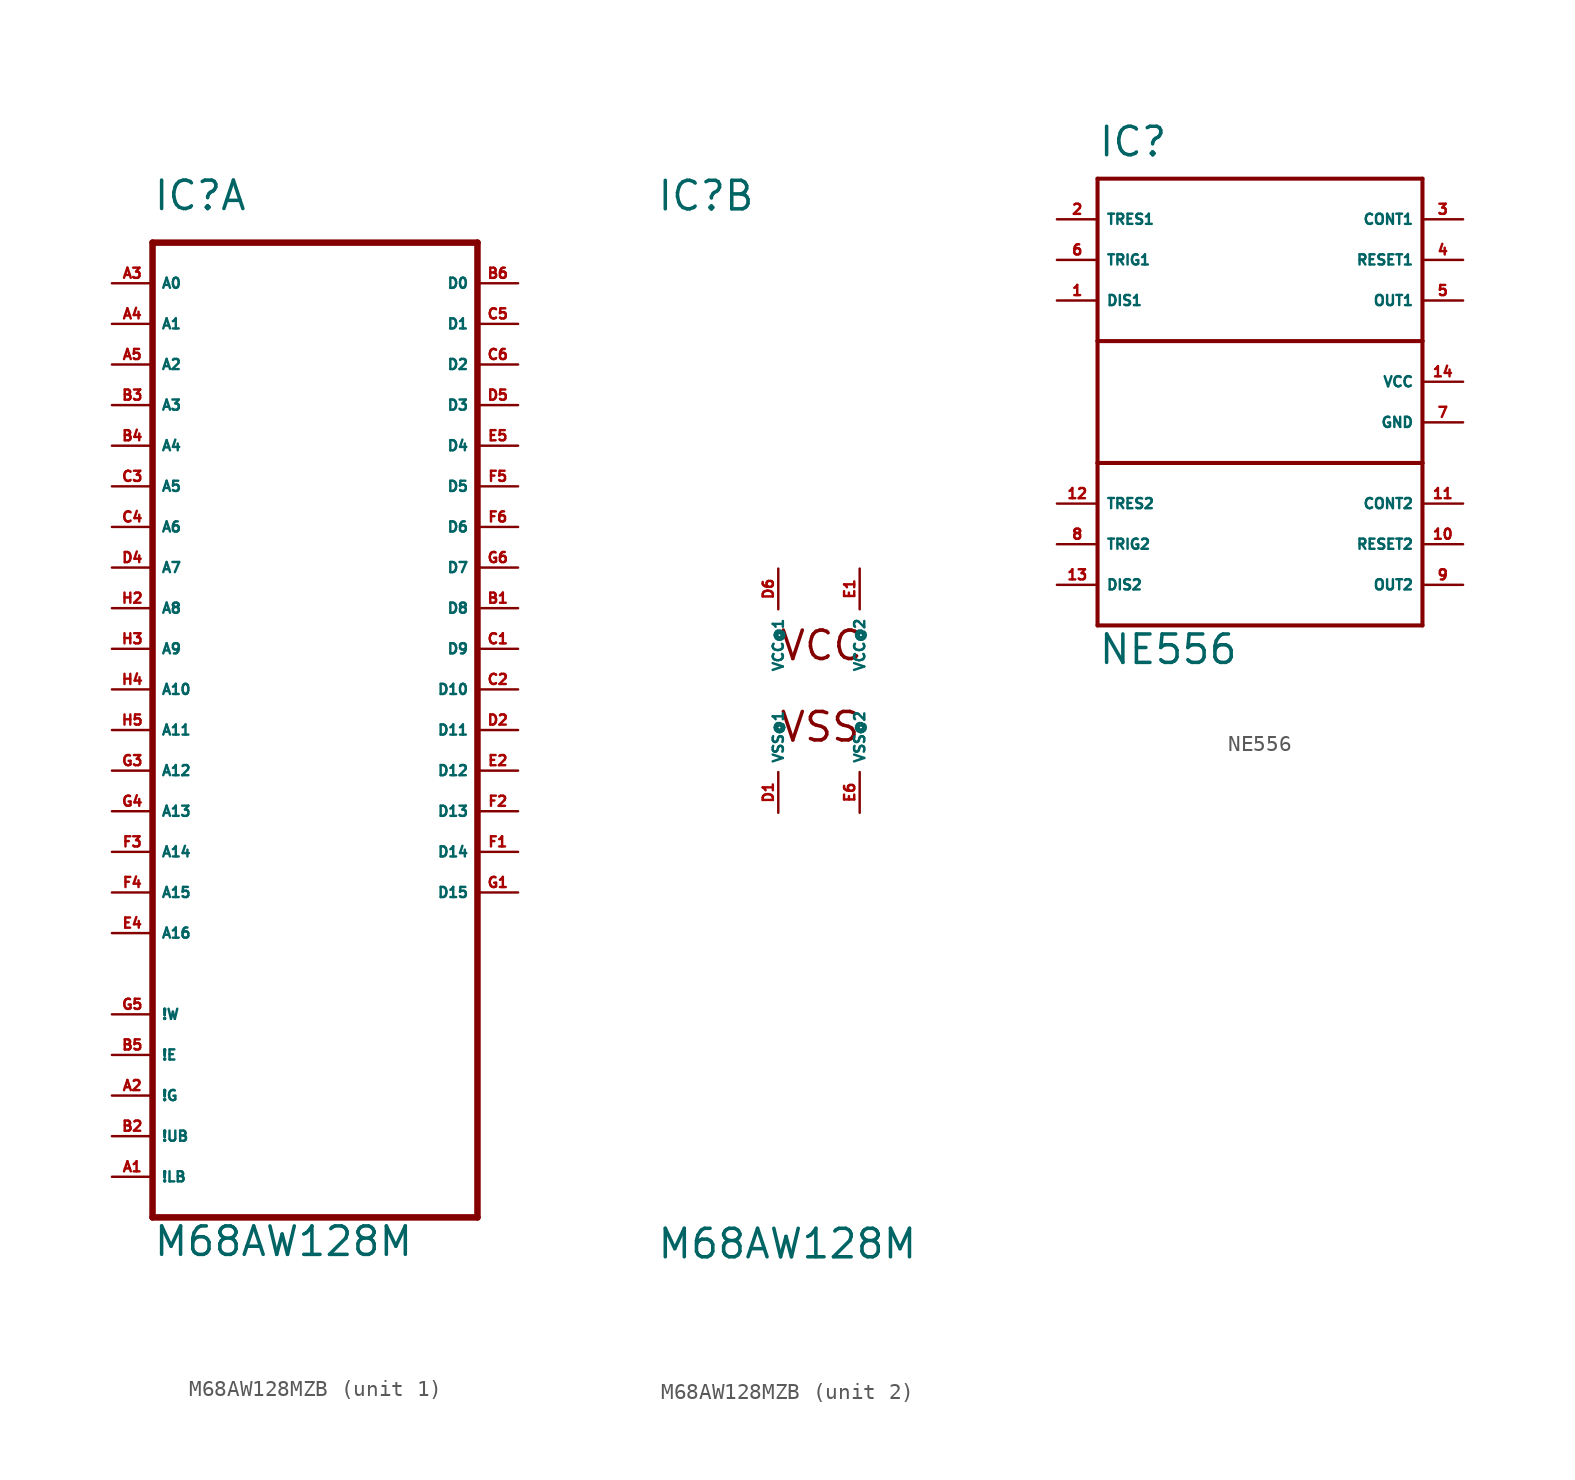
<source format=kicad_sym>
(kicad_symbol_lib
  (version 20220914)
  (generator Eagle2Kicad)
  (symbol "M68AW128MZB"
    (property "Reference" "IC"
      (at -10.16 29.845 0)
      (effects (font (size 1.778 1.778) (thickness 0.22)) (justify left bottom)))
    (property "Value" "M68AW128M"
      (at -10.16 -35.56 0)
      (effects (font (size 1.778 1.778) (thickness 0.22)) (justify left bottom)))
    (symbol "M68AW128MZB_1_0"
      (polyline (pts (xy -10.16 -33.02) (xy 10.16 -33.02)) (stroke (width 0.406) (type default)) (fill (type none)))
      (polyline (pts (xy 10.16 -33.02) (xy 10.16 27.94)) (stroke (width 0.406) (type default)) (fill (type none)))
      (polyline (pts (xy 10.16 27.94) (xy -10.16 27.94)) (stroke (width 0.406) (type default)) (fill (type none)))
      (polyline (pts (xy -10.16 27.94) (xy -10.16 -33.02)) (stroke (width 0.406) (type default)) (fill (type none)))
      (pin input line (at -12.7 -30.48 0) (length 2.54) (name "!LB" (effects (font (size 0.635 0.635) (thickness 0.08)) (justify left bottom))) (number "A1" (effects (font (size 0.635 0.635) (thickness 0.08)) (justify left bottom))))
      (pin input line (at -12.7 -5.08 0) (length 2.54) (name "A12" (effects (font (size 0.635 0.635) (thickness 0.08)) (justify left bottom))) (number "G3" (effects (font (size 0.635 0.635) (thickness 0.08)) (justify left bottom))))
      (pin input line (at -12.7 7.62 0) (length 2.54) (name "A7" (effects (font (size 0.635 0.635) (thickness 0.08)) (justify left bottom))) (number "D4" (effects (font (size 0.635 0.635) (thickness 0.08)) (justify left bottom))))
      (pin input line (at -12.7 10.16 0) (length 2.54) (name "A6" (effects (font (size 0.635 0.635) (thickness 0.08)) (justify left bottom))) (number "C4" (effects (font (size 0.635 0.635) (thickness 0.08)) (justify left bottom))))
      (pin input line (at -12.7 12.7 0) (length 2.54) (name "A5" (effects (font (size 0.635 0.635) (thickness 0.08)) (justify left bottom))) (number "C3" (effects (font (size 0.635 0.635) (thickness 0.08)) (justify left bottom))))
      (pin input line (at -12.7 15.24 0) (length 2.54) (name "A4" (effects (font (size 0.635 0.635) (thickness 0.08)) (justify left bottom))) (number "B4" (effects (font (size 0.635 0.635) (thickness 0.08)) (justify left bottom))))
      (pin input line (at -12.7 17.78 0) (length 2.54) (name "A3" (effects (font (size 0.635 0.635) (thickness 0.08)) (justify left bottom))) (number "B3" (effects (font (size 0.635 0.635) (thickness 0.08)) (justify left bottom))))
      (pin input line (at -12.7 20.32 0) (length 2.54) (name "A2" (effects (font (size 0.635 0.635) (thickness 0.08)) (justify left bottom))) (number "A5" (effects (font (size 0.635 0.635) (thickness 0.08)) (justify left bottom))))
      (pin input line (at -12.7 22.86 0) (length 2.54) (name "A1" (effects (font (size 0.635 0.635) (thickness 0.08)) (justify left bottom))) (number "A4" (effects (font (size 0.635 0.635) (thickness 0.08)) (justify left bottom))))
      (pin input line (at -12.7 25.4 0) (length 2.54) (name "A0" (effects (font (size 0.635 0.635) (thickness 0.08)) (justify left bottom))) (number "A3" (effects (font (size 0.635 0.635) (thickness 0.08)) (justify left bottom))))
      (pin tri_state line (at 12.7 25.4 180) (length 2.54) (name "D0" (effects (font (size 0.635 0.635) (thickness 0.08)) (justify left bottom))) (number "B6" (effects (font (size 0.635 0.635) (thickness 0.08)) (justify left bottom))))
      (pin input line (at -12.7 -22.86 0) (length 2.54) (name "!E" (effects (font (size 0.635 0.635) (thickness 0.08)) (justify left bottom))) (number "B5" (effects (font (size 0.635 0.635) (thickness 0.08)) (justify left bottom))))
      (pin input line (at -12.7 0 0) (length 2.54) (name "A10" (effects (font (size 0.635 0.635) (thickness 0.08)) (justify left bottom))) (number "H4" (effects (font (size 0.635 0.635) (thickness 0.08)) (justify left bottom))))
      (pin input line (at -12.7 -27.94 0) (length 2.54) (name "!UB" (effects (font (size 0.635 0.635) (thickness 0.08)) (justify left bottom))) (number "B2" (effects (font (size 0.635 0.635) (thickness 0.08)) (justify left bottom))))
      (pin input line (at -12.7 -2.54 0) (length 2.54) (name "A11" (effects (font (size 0.635 0.635) (thickness 0.08)) (justify left bottom))) (number "H5" (effects (font (size 0.635 0.635) (thickness 0.08)) (justify left bottom))))
      (pin input line (at -12.7 2.54 0) (length 2.54) (name "A9" (effects (font (size 0.635 0.635) (thickness 0.08)) (justify left bottom))) (number "H3" (effects (font (size 0.635 0.635) (thickness 0.08)) (justify left bottom))))
      (pin input line (at -12.7 5.08 0) (length 2.54) (name "A8" (effects (font (size 0.635 0.635) (thickness 0.08)) (justify left bottom))) (number "H2" (effects (font (size 0.635 0.635) (thickness 0.08)) (justify left bottom))))
      (pin input line (at -12.7 -7.62 0) (length 2.54) (name "A13" (effects (font (size 0.635 0.635) (thickness 0.08)) (justify left bottom))) (number "G4" (effects (font (size 0.635 0.635) (thickness 0.08)) (justify left bottom))))
      (pin input line (at -12.7 -10.16 0) (length 2.54) (name "A14" (effects (font (size 0.635 0.635) (thickness 0.08)) (justify left bottom))) (number "F3" (effects (font (size 0.635 0.635) (thickness 0.08)) (justify left bottom))))
      (pin input line (at -12.7 -12.7 0) (length 2.54) (name "A15" (effects (font (size 0.635 0.635) (thickness 0.08)) (justify left bottom))) (number "F4" (effects (font (size 0.635 0.635) (thickness 0.08)) (justify left bottom))))
      (pin input line (at -12.7 -15.24 0) (length 2.54) (name "A16" (effects (font (size 0.635 0.635) (thickness 0.08)) (justify left bottom))) (number "E4" (effects (font (size 0.635 0.635) (thickness 0.08)) (justify left bottom))))
      (pin tri_state line (at 12.7 22.86 180) (length 2.54) (name "D1" (effects (font (size 0.635 0.635) (thickness 0.08)) (justify left bottom))) (number "C5" (effects (font (size 0.635 0.635) (thickness 0.08)) (justify left bottom))))
      (pin tri_state line (at 12.7 20.32 180) (length 2.54) (name "D2" (effects (font (size 0.635 0.635) (thickness 0.08)) (justify left bottom))) (number "C6" (effects (font (size 0.635 0.635) (thickness 0.08)) (justify left bottom))))
      (pin tri_state line (at 12.7 17.78 180) (length 2.54) (name "D3" (effects (font (size 0.635 0.635) (thickness 0.08)) (justify left bottom))) (number "D5" (effects (font (size 0.635 0.635) (thickness 0.08)) (justify left bottom))))
      (pin tri_state line (at 12.7 15.24 180) (length 2.54) (name "D4" (effects (font (size 0.635 0.635) (thickness 0.08)) (justify left bottom))) (number "E5" (effects (font (size 0.635 0.635) (thickness 0.08)) (justify left bottom))))
      (pin tri_state line (at 12.7 12.7 180) (length 2.54) (name "D5" (effects (font (size 0.635 0.635) (thickness 0.08)) (justify left bottom))) (number "F5" (effects (font (size 0.635 0.635) (thickness 0.08)) (justify left bottom))))
      (pin tri_state line (at 12.7 10.16 180) (length 2.54) (name "D6" (effects (font (size 0.635 0.635) (thickness 0.08)) (justify left bottom))) (number "F6" (effects (font (size 0.635 0.635) (thickness 0.08)) (justify left bottom))))
      (pin tri_state line (at 12.7 7.62 180) (length 2.54) (name "D7" (effects (font (size 0.635 0.635) (thickness 0.08)) (justify left bottom))) (number "G6" (effects (font (size 0.635 0.635) (thickness 0.08)) (justify left bottom))))
      (pin tri_state line (at 12.7 5.08 180) (length 2.54) (name "D8" (effects (font (size 0.635 0.635) (thickness 0.08)) (justify left bottom))) (number "B1" (effects (font (size 0.635 0.635) (thickness 0.08)) (justify left bottom))))
      (pin tri_state line (at 12.7 2.54 180) (length 2.54) (name "D9" (effects (font (size 0.635 0.635) (thickness 0.08)) (justify left bottom))) (number "C1" (effects (font (size 0.635 0.635) (thickness 0.08)) (justify left bottom))))
      (pin tri_state line (at 12.7 0 180) (length 2.54) (name "D10" (effects (font (size 0.635 0.635) (thickness 0.08)) (justify left bottom))) (number "C2" (effects (font (size 0.635 0.635) (thickness 0.08)) (justify left bottom))))
      (pin tri_state line (at 12.7 -2.54 180) (length 2.54) (name "D11" (effects (font (size 0.635 0.635) (thickness 0.08)) (justify left bottom))) (number "D2" (effects (font (size 0.635 0.635) (thickness 0.08)) (justify left bottom))))
      (pin tri_state line (at 12.7 -5.08 180) (length 2.54) (name "D12" (effects (font (size 0.635 0.635) (thickness 0.08)) (justify left bottom))) (number "E2" (effects (font (size 0.635 0.635) (thickness 0.08)) (justify left bottom))))
      (pin tri_state line (at 12.7 -7.62 180) (length 2.54) (name "D13" (effects (font (size 0.635 0.635) (thickness 0.08)) (justify left bottom))) (number "F2" (effects (font (size 0.635 0.635) (thickness 0.08)) (justify left bottom))))
      (pin tri_state line (at 12.7 -10.16 180) (length 2.54) (name "D14" (effects (font (size 0.635 0.635) (thickness 0.08)) (justify left bottom))) (number "F1" (effects (font (size 0.635 0.635) (thickness 0.08)) (justify left bottom))))
      (pin tri_state line (at 12.7 -12.7 180) (length 2.54) (name "D15" (effects (font (size 0.635 0.635) (thickness 0.08)) (justify left bottom))) (number "G1" (effects (font (size 0.635 0.635) (thickness 0.08)) (justify left bottom))))
      (pin input line (at -12.7 -20.32 0) (length 2.54) (name "!W" (effects (font (size 0.635 0.635) (thickness 0.08)) (justify left bottom))) (number "G5" (effects (font (size 0.635 0.635) (thickness 0.08)) (justify left bottom))))
      (pin input line (at -12.7 -25.4 0) (length 2.54) (name "!G" (effects (font (size 0.635 0.635) (thickness 0.08)) (justify left bottom))) (number "A2" (effects (font (size 0.635 0.635) (thickness 0.08)) (justify left bottom)))))
    (symbol "M68AW128MZB_2_0"
      (text "VSS" (at -2.54 -3.302 0) (effects (font (size 1.778 1.778) (thickness 0.22)) (justify left bottom)))
      (text "VCC" (at -2.54 1.778 0) (effects (font (size 1.778 1.778) (thickness 0.22)) (justify left bottom)))
      (pin unspecified line (at -2.54 7.62 270) (length 2.54) (name "VCC@1" (effects (font (size 0.635 0.635) (thickness 0.08)) (justify left bottom))) (number "D6" (effects (font (size 0.635 0.635) (thickness 0.08)) (justify left bottom))))
      (pin unspecified line (at 2.54 7.62 270) (length 2.54) (name "VCC@2" (effects (font (size 0.635 0.635) (thickness 0.08)) (justify left bottom))) (number "E1" (effects (font (size 0.635 0.635) (thickness 0.08)) (justify left bottom))))
      (pin unspecified line (at -2.54 -7.62 90) (length 2.54) (name "VSS@1" (effects (font (size 0.635 0.635) (thickness 0.08)) (justify left bottom))) (number "D1" (effects (font (size 0.635 0.635) (thickness 0.08)) (justify left bottom))))
      (pin unspecified line (at 2.54 -7.62 90) (length 2.54) (name "VSS@2" (effects (font (size 0.635 0.635) (thickness 0.08)) (justify left bottom))) (number "E6" (effects (font (size 0.635 0.635) (thickness 0.08)) (justify left bottom))))))
  (symbol "NE556"
    (property "Reference" "IC"
      (at -10.16 8.89 0)
      (effects (font (size 1.778 1.778) (thickness 0.22)) (justify left bottom)))
    (property "Value" "NE556"
      (at -10.16 -22.86 0)
      (effects (font (size 1.778 1.778) (thickness 0.22)) (justify left bottom)))
    (polyline
      (pts (xy -10.16 7.62) (xy 10.16 7.62))
      (stroke (width 0.254) (type default))
      (fill (type none)))
    (polyline
      (pts (xy 10.16 7.62) (xy 10.16 -2.54))
      (stroke (width 0.254) (type default))
      (fill (type none)))
    (polyline
      (pts (xy 10.16 -2.54) (xy 10.16 -10.16))
      (stroke (width 0.254) (type default))
      (fill (type none)))
    (polyline
      (pts (xy 10.16 -10.16) (xy -10.16 -10.16))
      (stroke (width 0.254) (type default))
      (fill (type none)))
    (polyline
      (pts (xy -10.16 7.62) (xy -10.16 -2.54))
      (stroke (width 0.254) (type default))
      (fill (type none)))
    (polyline
      (pts (xy -10.16 -2.54) (xy -10.16 -10.16))
      (stroke (width 0.254) (type default))
      (fill (type none)))
    (polyline
      (pts (xy -10.16 -10.16) (xy -10.16 -20.32))
      (stroke (width 0.254) (type default))
      (fill (type none)))
    (polyline
      (pts (xy -10.16 -20.32) (xy 10.16 -20.32))
      (stroke (width 0.254) (type default))
      (fill (type none)))
    (polyline
      (pts (xy 10.16 -20.32) (xy 10.16 -10.16))
      (stroke (width 0.254) (type default))
      (fill (type none)))
    (polyline
      (pts (xy -10.16 -2.54) (xy 10.16 -2.54))
      (stroke (width 0.254) (type default))
      (fill (type none)))
    (pin unspecified line
      (at 12.7 -5.08 180)
      (length 2.54)
      (name "VCC" (effects (font (size 0.635 0.635) (thickness 0.08)) (justify left bottom)))
      (number "14" (effects (font (size 0.635 0.635) (thickness 0.08)) (justify left bottom))))
    (pin unspecified line
      (at 12.7 -7.62 180)
      (length 2.54)
      (name "GND" (effects (font (size 0.635 0.635) (thickness 0.08)) (justify left bottom)))
      (number "7" (effects (font (size 0.635 0.635) (thickness 0.08)) (justify left bottom))))
    (pin input line
      (at 12.7 5.08 180)
      (length 2.54)
      (name "CONT1" (effects (font (size 0.635 0.635) (thickness 0.08)) (justify left bottom)))
      (number "3" (effects (font (size 0.635 0.635) (thickness 0.08)) (justify left bottom))))
    (pin input line
      (at 12.7 2.54 180)
      (length 2.54)
      (name "RESET1" (effects (font (size 0.635 0.635) (thickness 0.08)) (justify left bottom)))
      (number "4" (effects (font (size 0.635 0.635) (thickness 0.08)) (justify left bottom))))
    (pin output line
      (at 12.7 0 180)
      (length 2.54)
      (name "OUT1" (effects (font (size 0.635 0.635) (thickness 0.08)) (justify left bottom)))
      (number "5" (effects (font (size 0.635 0.635) (thickness 0.08)) (justify left bottom))))
    (pin input line
      (at -12.7 5.08 0)
      (length 2.54)
      (name "TRES1" (effects (font (size 0.635 0.635) (thickness 0.08)) (justify left bottom)))
      (number "2" (effects (font (size 0.635 0.635) (thickness 0.08)) (justify left bottom))))
    (pin input line
      (at -12.7 2.54 0)
      (length 2.54)
      (name "TRIG1" (effects (font (size 0.635 0.635) (thickness 0.08)) (justify left bottom)))
      (number "6" (effects (font (size 0.635 0.635) (thickness 0.08)) (justify left bottom))))
    (pin input line
      (at -12.7 0 0)
      (length 2.54)
      (name "DIS1" (effects (font (size 0.635 0.635) (thickness 0.08)) (justify left bottom)))
      (number "1" (effects (font (size 0.635 0.635) (thickness 0.08)) (justify left bottom))))
    (pin input line
      (at -12.7 -12.7 0)
      (length 2.54)
      (name "TRES2" (effects (font (size 0.635 0.635) (thickness 0.08)) (justify left bottom)))
      (number "12" (effects (font (size 0.635 0.635) (thickness 0.08)) (justify left bottom))))
    (pin input line
      (at -12.7 -15.24 0)
      (length 2.54)
      (name "TRIG2" (effects (font (size 0.635 0.635) (thickness 0.08)) (justify left bottom)))
      (number "8" (effects (font (size 0.635 0.635) (thickness 0.08)) (justify left bottom))))
    (pin input line
      (at -12.7 -17.78 0)
      (length 2.54)
      (name "DIS2" (effects (font (size 0.635 0.635) (thickness 0.08)) (justify left bottom)))
      (number "13" (effects (font (size 0.635 0.635) (thickness 0.08)) (justify left bottom))))
    (pin input line
      (at 12.7 -15.24 180)
      (length 2.54)
      (name "RESET2" (effects (font (size 0.635 0.635) (thickness 0.08)) (justify left bottom)))
      (number "10" (effects (font (size 0.635 0.635) (thickness 0.08)) (justify left bottom))))
    (pin input line
      (at 12.7 -12.7 180)
      (length 2.54)
      (name "CONT2" (effects (font (size 0.635 0.635) (thickness 0.08)) (justify left bottom)))
      (number "11" (effects (font (size 0.635 0.635) (thickness 0.08)) (justify left bottom))))
    (pin output line
      (at 12.7 -17.78 180)
      (length 2.54)
      (name "OUT2" (effects (font (size 0.635 0.635) (thickness 0.08)) (justify left bottom)))
      (number "9" (effects (font (size 0.635 0.635) (thickness 0.08)) (justify left bottom))))))
</source>
